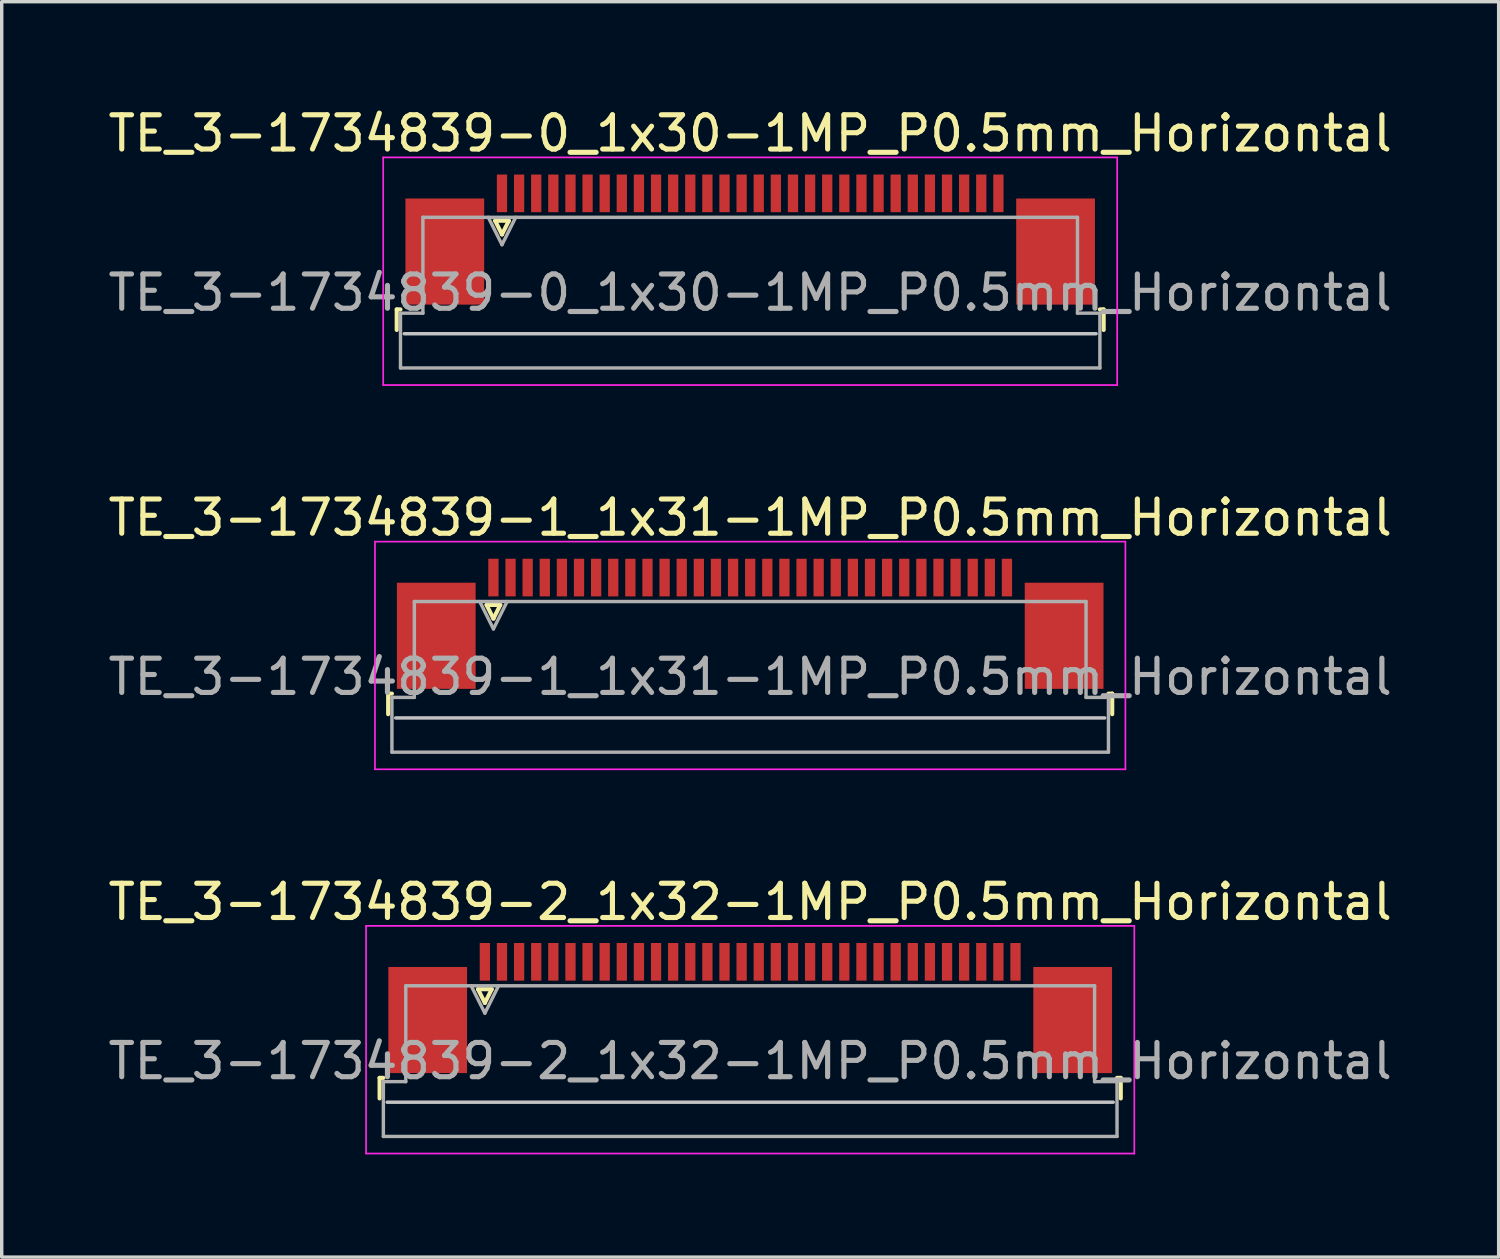
<source format=kicad_pcb>
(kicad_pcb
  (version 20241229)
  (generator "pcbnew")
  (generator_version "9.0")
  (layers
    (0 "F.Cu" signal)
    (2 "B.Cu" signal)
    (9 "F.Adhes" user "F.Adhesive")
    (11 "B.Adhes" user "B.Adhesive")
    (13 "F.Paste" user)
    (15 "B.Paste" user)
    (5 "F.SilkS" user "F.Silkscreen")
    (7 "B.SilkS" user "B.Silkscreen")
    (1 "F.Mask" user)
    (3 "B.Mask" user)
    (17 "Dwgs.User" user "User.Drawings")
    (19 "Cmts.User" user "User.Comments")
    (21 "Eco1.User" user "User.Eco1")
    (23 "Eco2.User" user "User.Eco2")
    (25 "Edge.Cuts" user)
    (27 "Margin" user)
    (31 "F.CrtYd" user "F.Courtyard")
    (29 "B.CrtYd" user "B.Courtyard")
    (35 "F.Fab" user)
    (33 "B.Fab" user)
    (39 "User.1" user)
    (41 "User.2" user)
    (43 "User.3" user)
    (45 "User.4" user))
  (footprint "TE_3-1734839-1_1x31-1MP_P0.5mm_Horizontal"
    (layer "F.Cu")
    (at 18.863 15.171)
    (property "Reference" "TE_3-1734839-1_1x31-1MP_P0.5mm_Horizontal" (at 0 -3.1 0) (layer "F.SilkS") (effects (font (size 1 1) (thickness 0.15))))
    (attr smd)
    (fp_line (start -10.575 2.04) (end -10.575 2.64) (stroke (width 0.12) (type solid)) (layer "F.SilkS"))
    (fp_line (start -10.465 2.04) (end -10.575 2.04) (stroke (width 0.12) (type solid)) (layer "F.SilkS"))
    (fp_line (start -7.7 -0.55) (end -7.5 -0.15) (stroke (width 0.12) (type solid)) (layer "F.SilkS"))
    (fp_line (start -7.5 -0.15) (end -7.3 -0.55) (stroke (width 0.12) (type solid)) (layer "F.SilkS"))
    (fp_line (start -7.3 -0.55) (end -7.7 -0.55) (stroke (width 0.12) (type solid)) (layer "F.SilkS"))
    (fp_line (start 10.465 2.04) (end 10.575 2.04) (stroke (width 0.12) (type solid)) (layer "F.SilkS"))
    (fp_line (start 10.575 2.04) (end 10.575 2.64) (stroke (width 0.12) (type solid)) (layer "F.SilkS"))
    (fp_line (start 10.355 2.75) (end -10.355 2.75) (stroke (width 0.1) (type solid)) (layer "Dwgs.User"))
    (fp_line (start -10.96 -2.4) (end -10.96 4.25) (stroke (width 0.05) (type solid)) (layer "F.CrtYd"))
    (fp_line (start -10.96 4.25) (end 10.96 4.25) (stroke (width 0.05) (type solid)) (layer "F.CrtYd"))
    (fp_line (start 10.96 -2.4) (end -10.96 -2.4) (stroke (width 0.05) (type solid)) (layer "F.CrtYd"))
    (fp_line (start 10.96 4.25) (end 10.96 -2.4) (stroke (width 0.05) (type solid)) (layer "F.CrtYd"))
    (fp_line (start -10.465 2.15) (end -9.81 2.15) (stroke (width 0.1) (type solid)) (layer "F.Fab"))
    (fp_line (start -10.465 3.75) (end -10.465 2.15) (stroke (width 0.1) (type solid)) (layer "F.Fab"))
    (fp_line (start -9.81 -0.65) (end 9.81 -0.65) (stroke (width 0.1) (type solid)) (layer "F.Fab"))
    (fp_line (start -9.81 2.15) (end -9.81 -0.65) (stroke (width 0.1) (type solid)) (layer "F.Fab"))
    (fp_line (start -7.9 -0.65) (end -7.5 0.15) (stroke (width 0.1) (type solid)) (layer "F.Fab"))
    (fp_line (start -7.5 0.15) (end -7.1 -0.65) (stroke (width 0.1) (type solid)) (layer "F.Fab"))
    (fp_line (start 9.81 -0.65) (end 9.81 2.15) (stroke (width 0.1) (type solid)) (layer "F.Fab"))
    (fp_line (start 9.81 2.15) (end 10.465 2.15) (stroke (width 0.1) (type solid)) (layer "F.Fab"))
    (fp_line (start 10.465 2.15) (end 10.465 3.75) (stroke (width 0.1) (type solid)) (layer "F.Fab"))
    (fp_line (start 10.465 3.75) (end -10.465 3.75) (stroke (width 0.1) (type solid)) (layer "F.Fab"))
    (fp_text user "${REFERENCE}" (at 0 1.55 0) (layer "F.Fab") (effects (font (size 1 1) (thickness 0.15))))
    (pad "1" smd rect (at -7.5 -1.35) (size 0.3 1.1) (layers "F.Cu" "F.Mask" "F.Paste"))
    (pad "2" smd rect (at -7 -1.35) (size 0.3 1.1) (layers "F.Cu" "F.Mask" "F.Paste"))
    (pad "3" smd rect (at -6.5 -1.35) (size 0.3 1.1) (layers "F.Cu" "F.Mask" "F.Paste"))
    (pad "4" smd rect (at -6 -1.35) (size 0.3 1.1) (layers "F.Cu" "F.Mask" "F.Paste"))
    (pad "5" smd rect (at -5.5 -1.35) (size 0.3 1.1) (layers "F.Cu" "F.Mask" "F.Paste"))
    (pad "6" smd rect (at -5 -1.35) (size 0.3 1.1) (layers "F.Cu" "F.Mask" "F.Paste"))
    (pad "7" smd rect (at -4.5 -1.35) (size 0.3 1.1) (layers "F.Cu" "F.Mask" "F.Paste"))
    (pad "8" smd rect (at -4 -1.35) (size 0.3 1.1) (layers "F.Cu" "F.Mask" "F.Paste"))
    (pad "9" smd rect (at -3.5 -1.35) (size 0.3 1.1) (layers "F.Cu" "F.Mask" "F.Paste"))
    (pad "10" smd rect (at -3 -1.35) (size 0.3 1.1) (layers "F.Cu" "F.Mask" "F.Paste"))
    (pad "11" smd rect (at -2.5 -1.35) (size 0.3 1.1) (layers "F.Cu" "F.Mask" "F.Paste"))
    (pad "12" smd rect (at -2 -1.35) (size 0.3 1.1) (layers "F.Cu" "F.Mask" "F.Paste"))
    (pad "13" smd rect (at -1.5 -1.35) (size 0.3 1.1) (layers "F.Cu" "F.Mask" "F.Paste"))
    (pad "14" smd rect (at -1 -1.35) (size 0.3 1.1) (layers "F.Cu" "F.Mask" "F.Paste"))
    (pad "15" smd rect (at -0.5 -1.35) (size 0.3 1.1) (layers "F.Cu" "F.Mask" "F.Paste"))
    (pad "16" smd rect (at 0 -1.35) (size 0.3 1.1) (layers "F.Cu" "F.Mask" "F.Paste"))
    (pad "17" smd rect (at 0.5 -1.35) (size 0.3 1.1) (layers "F.Cu" "F.Mask" "F.Paste"))
    (pad "18" smd rect (at 1 -1.35) (size 0.3 1.1) (layers "F.Cu" "F.Mask" "F.Paste"))
    (pad "19" smd rect (at 1.5 -1.35) (size 0.3 1.1) (layers "F.Cu" "F.Mask" "F.Paste"))
    (pad "20" smd rect (at 2 -1.35) (size 0.3 1.1) (layers "F.Cu" "F.Mask" "F.Paste"))
    (pad "21" smd rect (at 2.5 -1.35) (size 0.3 1.1) (layers "F.Cu" "F.Mask" "F.Paste"))
    (pad "22" smd rect (at 3 -1.35) (size 0.3 1.1) (layers "F.Cu" "F.Mask" "F.Paste"))
    (pad "23" smd rect (at 3.5 -1.35) (size 0.3 1.1) (layers "F.Cu" "F.Mask" "F.Paste"))
    (pad "24" smd rect (at 4 -1.35) (size 0.3 1.1) (layers "F.Cu" "F.Mask" "F.Paste"))
    (pad "25" smd rect (at 4.5 -1.35) (size 0.3 1.1) (layers "F.Cu" "F.Mask" "F.Paste"))
    (pad "26" smd rect (at 5 -1.35) (size 0.3 1.1) (layers "F.Cu" "F.Mask" "F.Paste"))
    (pad "27" smd rect (at 5.5 -1.35) (size 0.3 1.1) (layers "F.Cu" "F.Mask" "F.Paste"))
    (pad "28" smd rect (at 6 -1.35) (size 0.3 1.1) (layers "F.Cu" "F.Mask" "F.Paste"))
    (pad "29" smd rect (at 6.5 -1.35) (size 0.3 1.1) (layers "F.Cu" "F.Mask" "F.Paste"))
    (pad "30" smd rect (at 7 -1.35) (size 0.3 1.1) (layers "F.Cu" "F.Mask" "F.Paste"))
    (pad "31" smd rect (at 7.5 -1.35) (size 0.3 1.1) (layers "F.Cu" "F.Mask" "F.Paste"))
    (pad "MP" smd rect (at -9.17 0.35) (size 2.3 3.1) (layers "F.Cu" "F.Mask" "F.Paste"))
    (pad "MP" smd rect (at 9.17 0.35) (size 2.3 3.1) (layers "F.Cu" "F.Mask" "F.Paste")))
  (footprint "TE_3-1734839-2_1x32-1MP_P0.5mm_Horizontal"
    (layer "F.Cu")
    (at 18.863 26.395)
    (property "Reference" "TE_3-1734839-2_1x32-1MP_P0.5mm_Horizontal" (at 0 -3.1 0) (layer "F.SilkS") (effects (font (size 1 1) (thickness 0.15))))
    (attr smd)
    (fp_line (start -10.825 2.04) (end -10.825 2.64) (stroke (width 0.12) (type solid)) (layer "F.SilkS"))
    (fp_line (start -10.715 2.04) (end -10.825 2.04) (stroke (width 0.12) (type solid)) (layer "F.SilkS"))
    (fp_line (start -7.95 -0.55) (end -7.75 -0.15) (stroke (width 0.12) (type solid)) (layer "F.SilkS"))
    (fp_line (start -7.75 -0.15) (end -7.55 -0.55) (stroke (width 0.12) (type solid)) (layer "F.SilkS"))
    (fp_line (start -7.55 -0.55) (end -7.95 -0.55) (stroke (width 0.12) (type solid)) (layer "F.SilkS"))
    (fp_line (start 10.715 2.04) (end 10.825 2.04) (stroke (width 0.12) (type solid)) (layer "F.SilkS"))
    (fp_line (start 10.825 2.04) (end 10.825 2.64) (stroke (width 0.12) (type solid)) (layer "F.SilkS"))
    (fp_line (start 10.605 2.75) (end -10.605 2.75) (stroke (width 0.1) (type solid)) (layer "Dwgs.User"))
    (fp_line (start -11.22 -2.4) (end -11.22 4.25) (stroke (width 0.05) (type solid)) (layer "F.CrtYd"))
    (fp_line (start -11.22 4.25) (end 11.22 4.25) (stroke (width 0.05) (type solid)) (layer "F.CrtYd"))
    (fp_line (start 11.22 -2.4) (end -11.22 -2.4) (stroke (width 0.05) (type solid)) (layer "F.CrtYd"))
    (fp_line (start 11.22 4.25) (end 11.22 -2.4) (stroke (width 0.05) (type solid)) (layer "F.CrtYd"))
    (fp_line (start -10.715 2.15) (end -10.06 2.15) (stroke (width 0.1) (type solid)) (layer "F.Fab"))
    (fp_line (start -10.715 3.75) (end -10.715 2.15) (stroke (width 0.1) (type solid)) (layer "F.Fab"))
    (fp_line (start -10.06 -0.65) (end 10.06 -0.65) (stroke (width 0.1) (type solid)) (layer "F.Fab"))
    (fp_line (start -10.06 2.15) (end -10.06 -0.65) (stroke (width 0.1) (type solid)) (layer "F.Fab"))
    (fp_line (start -8.15 -0.65) (end -7.75 0.15) (stroke (width 0.1) (type solid)) (layer "F.Fab"))
    (fp_line (start -7.75 0.15) (end -7.35 -0.65) (stroke (width 0.1) (type solid)) (layer "F.Fab"))
    (fp_line (start 10.06 -0.65) (end 10.06 2.15) (stroke (width 0.1) (type solid)) (layer "F.Fab"))
    (fp_line (start 10.06 2.15) (end 10.715 2.15) (stroke (width 0.1) (type solid)) (layer "F.Fab"))
    (fp_line (start 10.715 2.15) (end 10.715 3.75) (stroke (width 0.1) (type solid)) (layer "F.Fab"))
    (fp_line (start 10.715 3.75) (end -10.715 3.75) (stroke (width 0.1) (type solid)) (layer "F.Fab"))
    (fp_text user "${REFERENCE}" (at 0 1.55 0) (layer "F.Fab") (effects (font (size 1 1) (thickness 0.15))))
    (pad "1" smd rect (at -7.75 -1.35) (size 0.3 1.1) (layers "F.Cu" "F.Mask" "F.Paste"))
    (pad "2" smd rect (at -7.25 -1.35) (size 0.3 1.1) (layers "F.Cu" "F.Mask" "F.Paste"))
    (pad "3" smd rect (at -6.75 -1.35) (size 0.3 1.1) (layers "F.Cu" "F.Mask" "F.Paste"))
    (pad "4" smd rect (at -6.25 -1.35) (size 0.3 1.1) (layers "F.Cu" "F.Mask" "F.Paste"))
    (pad "5" smd rect (at -5.75 -1.35) (size 0.3 1.1) (layers "F.Cu" "F.Mask" "F.Paste"))
    (pad "6" smd rect (at -5.25 -1.35) (size 0.3 1.1) (layers "F.Cu" "F.Mask" "F.Paste"))
    (pad "7" smd rect (at -4.75 -1.35) (size 0.3 1.1) (layers "F.Cu" "F.Mask" "F.Paste"))
    (pad "8" smd rect (at -4.25 -1.35) (size 0.3 1.1) (layers "F.Cu" "F.Mask" "F.Paste"))
    (pad "9" smd rect (at -3.75 -1.35) (size 0.3 1.1) (layers "F.Cu" "F.Mask" "F.Paste"))
    (pad "10" smd rect (at -3.25 -1.35) (size 0.3 1.1) (layers "F.Cu" "F.Mask" "F.Paste"))
    (pad "11" smd rect (at -2.75 -1.35) (size 0.3 1.1) (layers "F.Cu" "F.Mask" "F.Paste"))
    (pad "12" smd rect (at -2.25 -1.35) (size 0.3 1.1) (layers "F.Cu" "F.Mask" "F.Paste"))
    (pad "13" smd rect (at -1.75 -1.35) (size 0.3 1.1) (layers "F.Cu" "F.Mask" "F.Paste"))
    (pad "14" smd rect (at -1.25 -1.35) (size 0.3 1.1) (layers "F.Cu" "F.Mask" "F.Paste"))
    (pad "15" smd rect (at -0.75 -1.35) (size 0.3 1.1) (layers "F.Cu" "F.Mask" "F.Paste"))
    (pad "16" smd rect (at -0.25 -1.35) (size 0.3 1.1) (layers "F.Cu" "F.Mask" "F.Paste"))
    (pad "17" smd rect (at 0.25 -1.35) (size 0.3 1.1) (layers "F.Cu" "F.Mask" "F.Paste"))
    (pad "18" smd rect (at 0.75 -1.35) (size 0.3 1.1) (layers "F.Cu" "F.Mask" "F.Paste"))
    (pad "19" smd rect (at 1.25 -1.35) (size 0.3 1.1) (layers "F.Cu" "F.Mask" "F.Paste"))
    (pad "20" smd rect (at 1.75 -1.35) (size 0.3 1.1) (layers "F.Cu" "F.Mask" "F.Paste"))
    (pad "21" smd rect (at 2.25 -1.35) (size 0.3 1.1) (layers "F.Cu" "F.Mask" "F.Paste"))
    (pad "22" smd rect (at 2.75 -1.35) (size 0.3 1.1) (layers "F.Cu" "F.Mask" "F.Paste"))
    (pad "23" smd rect (at 3.25 -1.35) (size 0.3 1.1) (layers "F.Cu" "F.Mask" "F.Paste"))
    (pad "24" smd rect (at 3.75 -1.35) (size 0.3 1.1) (layers "F.Cu" "F.Mask" "F.Paste"))
    (pad "25" smd rect (at 4.25 -1.35) (size 0.3 1.1) (layers "F.Cu" "F.Mask" "F.Paste"))
    (pad "26" smd rect (at 4.75 -1.35) (size 0.3 1.1) (layers "F.Cu" "F.Mask" "F.Paste"))
    (pad "27" smd rect (at 5.25 -1.35) (size 0.3 1.1) (layers "F.Cu" "F.Mask" "F.Paste"))
    (pad "28" smd rect (at 5.75 -1.35) (size 0.3 1.1) (layers "F.Cu" "F.Mask" "F.Paste"))
    (pad "29" smd rect (at 6.25 -1.35) (size 0.3 1.1) (layers "F.Cu" "F.Mask" "F.Paste"))
    (pad "30" smd rect (at 6.75 -1.35) (size 0.3 1.1) (layers "F.Cu" "F.Mask" "F.Paste"))
    (pad "31" smd rect (at 7.25 -1.35) (size 0.3 1.1) (layers "F.Cu" "F.Mask" "F.Paste"))
    (pad "32" smd rect (at 7.75 -1.35) (size 0.3 1.1) (layers "F.Cu" "F.Mask" "F.Paste"))
    (pad "MP" smd rect (at -9.42 0.35) (size 2.3 3.1) (layers "F.Cu" "F.Mask" "F.Paste"))
    (pad "MP" smd rect (at 9.42 0.35) (size 2.3 3.1) (layers "F.Cu" "F.Mask" "F.Paste")))
  (footprint "TE_3-1734839-0_1x30-1MP_P0.5mm_Horizontal"
    (layer "F.Cu")
    (at 18.863 3.948)
    (property "Reference" "TE_3-1734839-0_1x30-1MP_P0.5mm_Horizontal" (at 0 -3.1 0) (layer "F.SilkS") (effects (font (size 1 1) (thickness 0.15))))
    (attr smd)
    (fp_line (start -10.325 2.04) (end -10.325 2.64) (stroke (width 0.12) (type solid)) (layer "F.SilkS"))
    (fp_line (start -10.215 2.04) (end -10.325 2.04) (stroke (width 0.12) (type solid)) (layer "F.SilkS"))
    (fp_line (start -7.45 -0.55) (end -7.25 -0.15) (stroke (width 0.12) (type solid)) (layer "F.SilkS"))
    (fp_line (start -7.25 -0.15) (end -7.05 -0.55) (stroke (width 0.12) (type solid)) (layer "F.SilkS"))
    (fp_line (start -7.05 -0.55) (end -7.45 -0.55) (stroke (width 0.12) (type solid)) (layer "F.SilkS"))
    (fp_line (start 10.215 2.04) (end 10.325 2.04) (stroke (width 0.12) (type solid)) (layer "F.SilkS"))
    (fp_line (start 10.325 2.04) (end 10.325 2.64) (stroke (width 0.12) (type solid)) (layer "F.SilkS"))
    (fp_line (start 10.105 2.75) (end -10.105 2.75) (stroke (width 0.1) (type solid)) (layer "Dwgs.User"))
    (fp_line (start -10.72 -2.4) (end -10.72 4.25) (stroke (width 0.05) (type solid)) (layer "F.CrtYd"))
    (fp_line (start -10.72 4.25) (end 10.72 4.25) (stroke (width 0.05) (type solid)) (layer "F.CrtYd"))
    (fp_line (start 10.72 -2.4) (end -10.72 -2.4) (stroke (width 0.05) (type solid)) (layer "F.CrtYd"))
    (fp_line (start 10.72 4.25) (end 10.72 -2.4) (stroke (width 0.05) (type solid)) (layer "F.CrtYd"))
    (fp_line (start -10.215 2.15) (end -9.56 2.15) (stroke (width 0.1) (type solid)) (layer "F.Fab"))
    (fp_line (start -10.215 3.75) (end -10.215 2.15) (stroke (width 0.1) (type solid)) (layer "F.Fab"))
    (fp_line (start -9.56 -0.65) (end 9.56 -0.65) (stroke (width 0.1) (type solid)) (layer "F.Fab"))
    (fp_line (start -9.56 2.15) (end -9.56 -0.65) (stroke (width 0.1) (type solid)) (layer "F.Fab"))
    (fp_line (start -7.65 -0.65) (end -7.25 0.15) (stroke (width 0.1) (type solid)) (layer "F.Fab"))
    (fp_line (start -7.25 0.15) (end -6.85 -0.65) (stroke (width 0.1) (type solid)) (layer "F.Fab"))
    (fp_line (start 9.56 -0.65) (end 9.56 2.15) (stroke (width 0.1) (type solid)) (layer "F.Fab"))
    (fp_line (start 9.56 2.15) (end 10.215 2.15) (stroke (width 0.1) (type solid)) (layer "F.Fab"))
    (fp_line (start 10.215 2.15) (end 10.215 3.75) (stroke (width 0.1) (type solid)) (layer "F.Fab"))
    (fp_line (start 10.215 3.75) (end -10.215 3.75) (stroke (width 0.1) (type solid)) (layer "F.Fab"))
    (fp_text user "${REFERENCE}" (at 0 1.55 0) (layer "F.Fab") (effects (font (size 1 1) (thickness 0.15))))
    (pad "1" smd rect (at -7.25 -1.35) (size 0.3 1.1) (layers "F.Cu" "F.Mask" "F.Paste"))
    (pad "2" smd rect (at -6.75 -1.35) (size 0.3 1.1) (layers "F.Cu" "F.Mask" "F.Paste"))
    (pad "3" smd rect (at -6.25 -1.35) (size 0.3 1.1) (layers "F.Cu" "F.Mask" "F.Paste"))
    (pad "4" smd rect (at -5.75 -1.35) (size 0.3 1.1) (layers "F.Cu" "F.Mask" "F.Paste"))
    (pad "5" smd rect (at -5.25 -1.35) (size 0.3 1.1) (layers "F.Cu" "F.Mask" "F.Paste"))
    (pad "6" smd rect (at -4.75 -1.35) (size 0.3 1.1) (layers "F.Cu" "F.Mask" "F.Paste"))
    (pad "7" smd rect (at -4.25 -1.35) (size 0.3 1.1) (layers "F.Cu" "F.Mask" "F.Paste"))
    (pad "8" smd rect (at -3.75 -1.35) (size 0.3 1.1) (layers "F.Cu" "F.Mask" "F.Paste"))
    (pad "9" smd rect (at -3.25 -1.35) (size 0.3 1.1) (layers "F.Cu" "F.Mask" "F.Paste"))
    (pad "10" smd rect (at -2.75 -1.35) (size 0.3 1.1) (layers "F.Cu" "F.Mask" "F.Paste"))
    (pad "11" smd rect (at -2.25 -1.35) (size 0.3 1.1) (layers "F.Cu" "F.Mask" "F.Paste"))
    (pad "12" smd rect (at -1.75 -1.35) (size 0.3 1.1) (layers "F.Cu" "F.Mask" "F.Paste"))
    (pad "13" smd rect (at -1.25 -1.35) (size 0.3 1.1) (layers "F.Cu" "F.Mask" "F.Paste"))
    (pad "14" smd rect (at -0.75 -1.35) (size 0.3 1.1) (layers "F.Cu" "F.Mask" "F.Paste"))
    (pad "15" smd rect (at -0.25 -1.35) (size 0.3 1.1) (layers "F.Cu" "F.Mask" "F.Paste"))
    (pad "16" smd rect (at 0.25 -1.35) (size 0.3 1.1) (layers "F.Cu" "F.Mask" "F.Paste"))
    (pad "17" smd rect (at 0.75 -1.35) (size 0.3 1.1) (layers "F.Cu" "F.Mask" "F.Paste"))
    (pad "18" smd rect (at 1.25 -1.35) (size 0.3 1.1) (layers "F.Cu" "F.Mask" "F.Paste"))
    (pad "19" smd rect (at 1.75 -1.35) (size 0.3 1.1) (layers "F.Cu" "F.Mask" "F.Paste"))
    (pad "20" smd rect (at 2.25 -1.35) (size 0.3 1.1) (layers "F.Cu" "F.Mask" "F.Paste"))
    (pad "21" smd rect (at 2.75 -1.35) (size 0.3 1.1) (layers "F.Cu" "F.Mask" "F.Paste"))
    (pad "22" smd rect (at 3.25 -1.35) (size 0.3 1.1) (layers "F.Cu" "F.Mask" "F.Paste"))
    (pad "23" smd rect (at 3.75 -1.35) (size 0.3 1.1) (layers "F.Cu" "F.Mask" "F.Paste"))
    (pad "24" smd rect (at 4.25 -1.35) (size 0.3 1.1) (layers "F.Cu" "F.Mask" "F.Paste"))
    (pad "25" smd rect (at 4.75 -1.35) (size 0.3 1.1) (layers "F.Cu" "F.Mask" "F.Paste"))
    (pad "26" smd rect (at 5.25 -1.35) (size 0.3 1.1) (layers "F.Cu" "F.Mask" "F.Paste"))
    (pad "27" smd rect (at 5.75 -1.35) (size 0.3 1.1) (layers "F.Cu" "F.Mask" "F.Paste"))
    (pad "28" smd rect (at 6.25 -1.35) (size 0.3 1.1) (layers "F.Cu" "F.Mask" "F.Paste"))
    (pad "29" smd rect (at 6.75 -1.35) (size 0.3 1.1) (layers "F.Cu" "F.Mask" "F.Paste"))
    (pad "30" smd rect (at 7.25 -1.35) (size 0.3 1.1) (layers "F.Cu" "F.Mask" "F.Paste"))
    (pad "MP" smd rect (at -8.92 0.35) (size 2.3 3.1) (layers "F.Cu" "F.Mask" "F.Paste"))
    (pad "MP" smd rect (at 8.92 0.35) (size 2.3 3.1) (layers "F.Cu" "F.Mask" "F.Paste")))
  (gr_rect
    (start -3 -3)
    (end 40.726 33.67)
    (stroke (width 0.1) (type default))
    (fill no)
    (layer "Edge.Cuts")))
</source>
